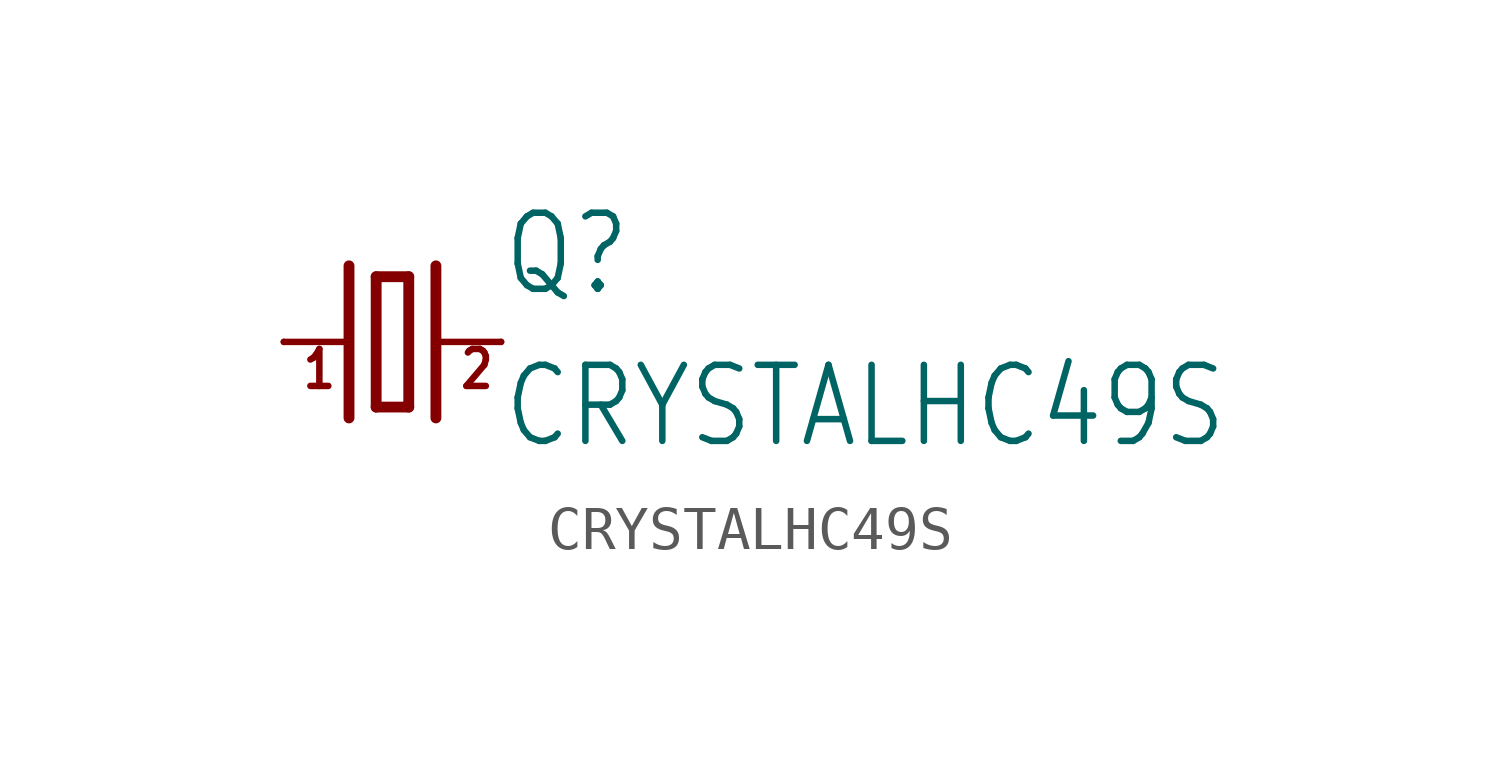
<source format=kicad_sym>
(kicad_symbol_lib
  (version 20211014)
  (generator kicad_symbol_editor)
  (symbol "CRYSTALHC49S"
    (property "Reference" "Q"
      (at 2.54 1.016 0)
      (effects (font (size 1.778 1.511)) (justify left bottom)))
    (property "Value" "CRYSTALHC49S"
      (at 2.54 -2.54 0)
      (effects (font (size 1.778 1.511)) (justify left bottom)))
    (property "ki_locked" ""
      (at 0 0 0)
      (effects (font (size 1.27 1.27))))
    (symbol "CRYSTALHC49S_1_0"
      (polyline (pts (xy -2.54 0) (xy -1.016 0)) (stroke (width 0.152) (type default) (color 0 0 0 0)) (fill (type none)))
      (polyline (pts (xy -1.016 1.778) (xy -1.016 -1.778)) (stroke (width 0.254) (type default) (color 0 0 0 0)) (fill (type none)))
      (polyline (pts (xy -0.381 -1.524) (xy 0.381 -1.524)) (stroke (width 0.254) (type default) (color 0 0 0 0)) (fill (type none)))
      (polyline (pts (xy -0.381 1.524) (xy -0.381 -1.524)) (stroke (width 0.254) (type default) (color 0 0 0 0)) (fill (type none)))
      (polyline (pts (xy 0.381 -1.524) (xy 0.381 1.524)) (stroke (width 0.254) (type default) (color 0 0 0 0)) (fill (type none)))
      (polyline (pts (xy 0.381 1.524) (xy -0.381 1.524)) (stroke (width 0.254) (type default) (color 0 0 0 0)) (fill (type none)))
      (polyline (pts (xy 1.016 0) (xy 2.54 0)) (stroke (width 0.152) (type default) (color 0 0 0 0)) (fill (type none)))
      (polyline (pts (xy 1.016 1.778) (xy 1.016 -1.778)) (stroke (width 0.254) (type default) (color 0 0 0 0)) (fill (type none)))
      (text "1" (at -2.159 -1.143 0) (effects (font (size 0.864 0.734)) (justify left bottom)))
      (text "2" (at 1.524 -1.143 0) (effects (font (size 0.864 0.734)) (justify left bottom)))
      (pin passive line (at -2.54 0 0) (length 0) (name "1" (effects (font (size 0 0)))) (number "1" (effects (font (size 0 0)))))
      (pin passive line (at 2.54 0 180) (length 0) (name "2" (effects (font (size 0 0)))) (number "2" (effects (font (size 0 0))))))))
</source>
